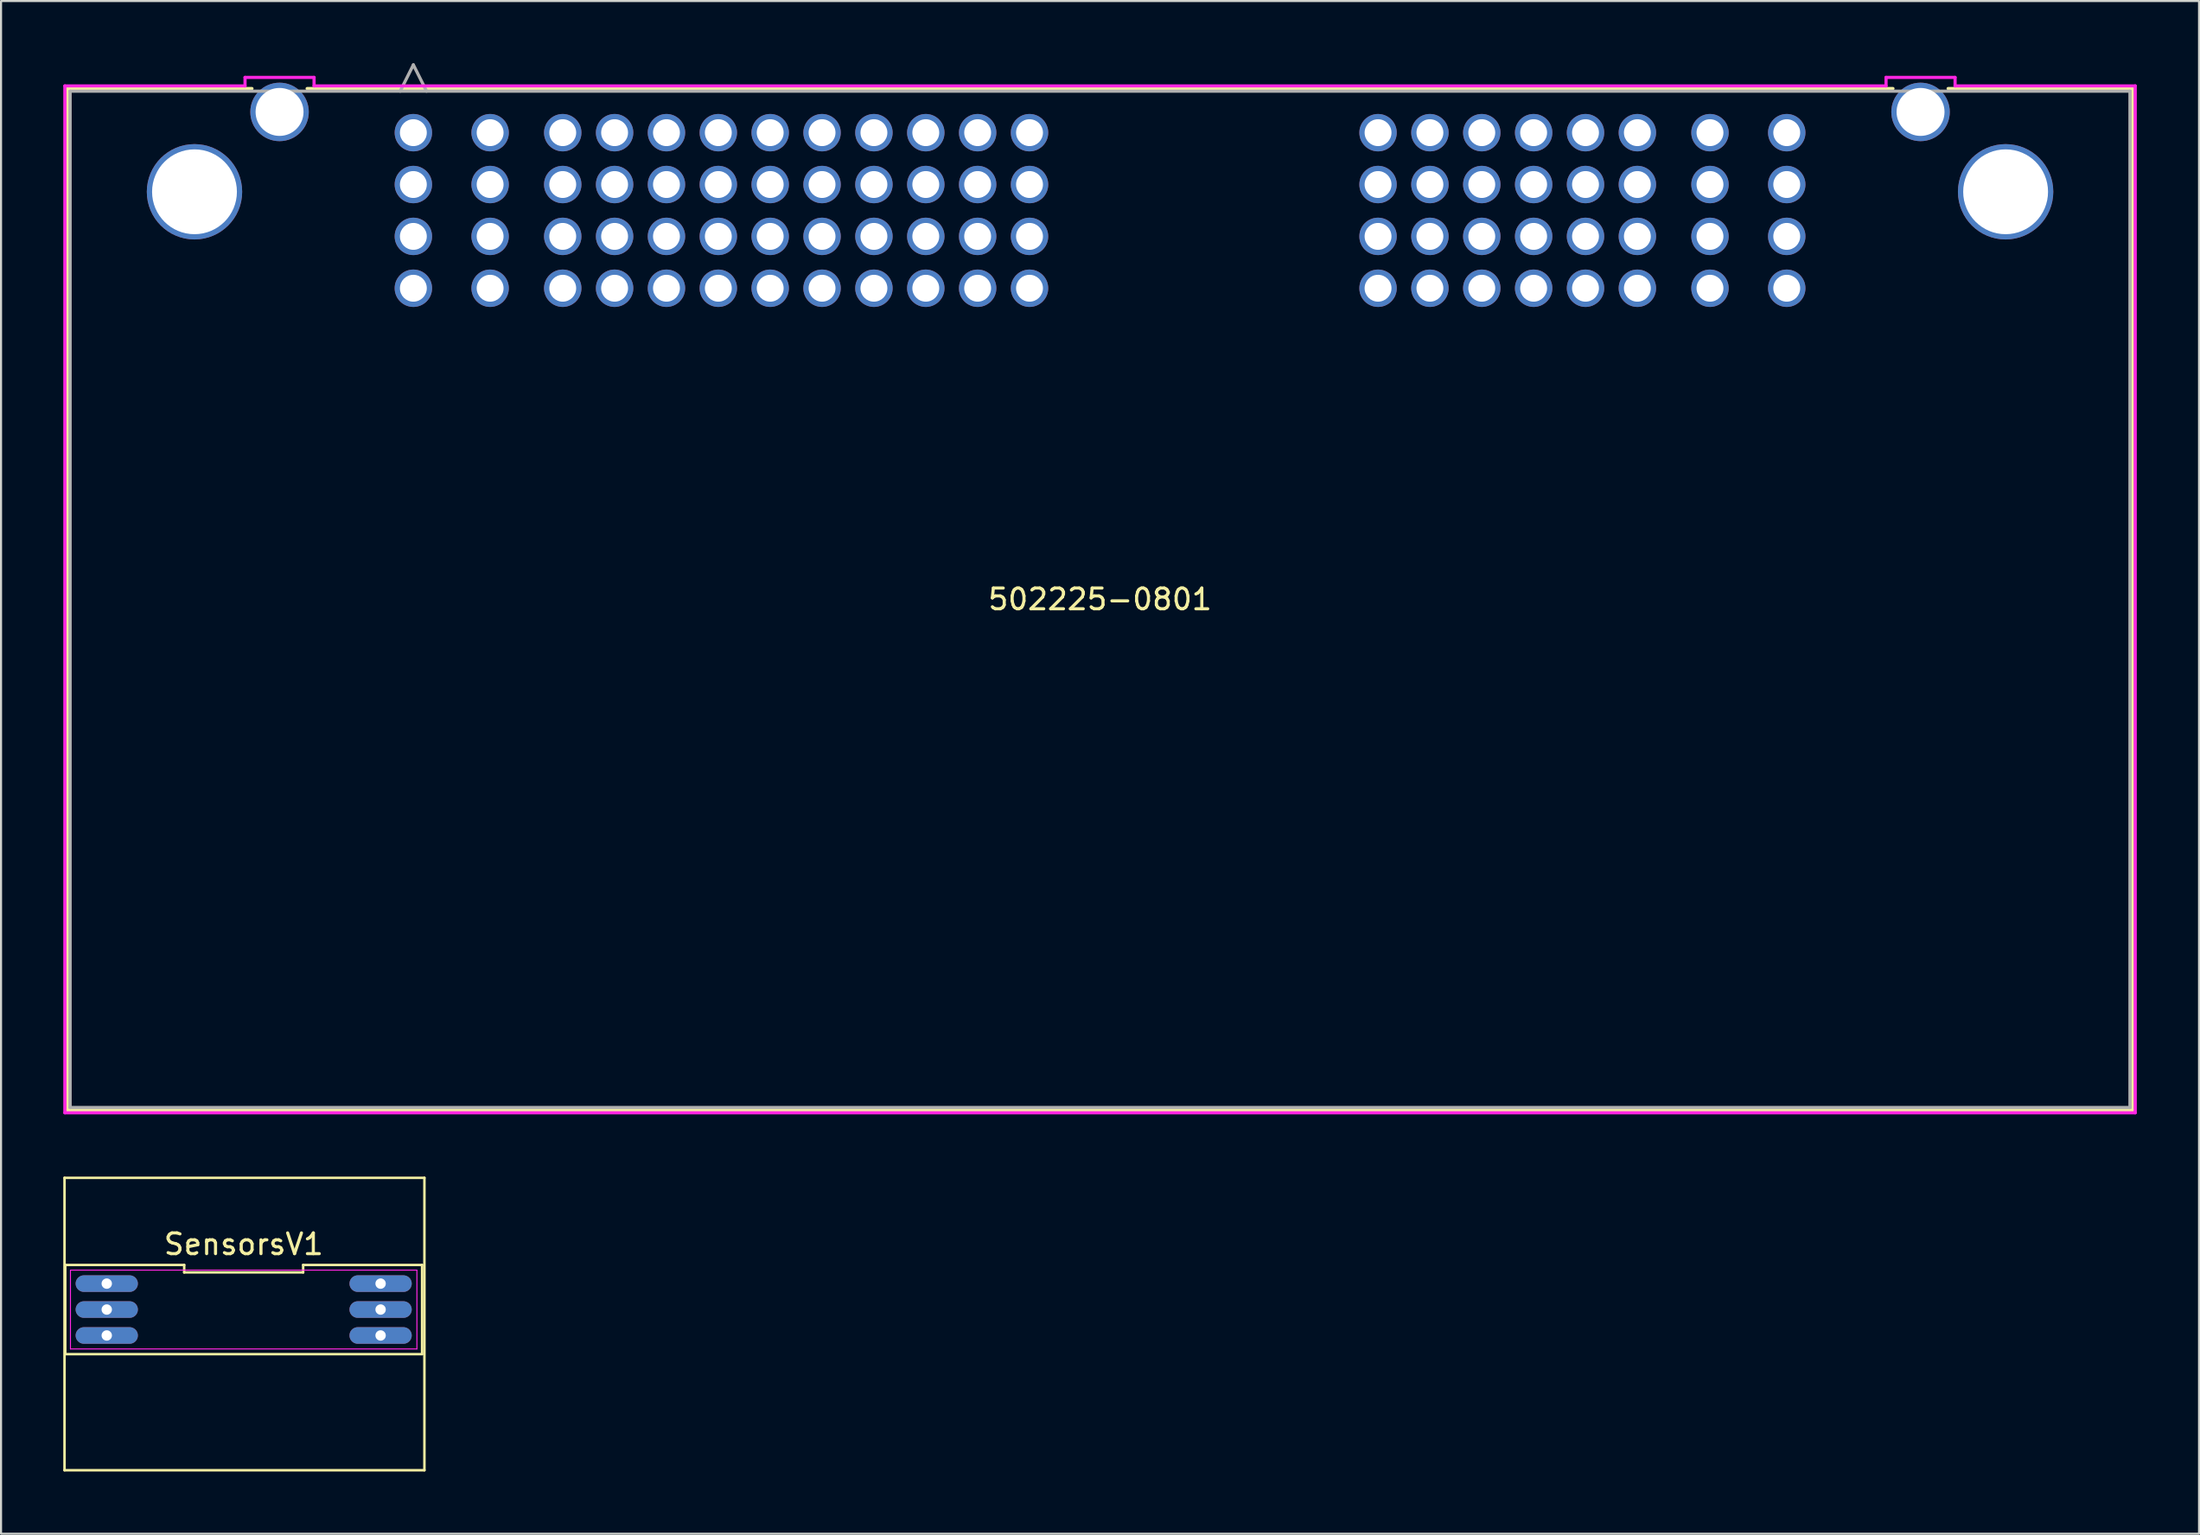
<source format=kicad_pcb>
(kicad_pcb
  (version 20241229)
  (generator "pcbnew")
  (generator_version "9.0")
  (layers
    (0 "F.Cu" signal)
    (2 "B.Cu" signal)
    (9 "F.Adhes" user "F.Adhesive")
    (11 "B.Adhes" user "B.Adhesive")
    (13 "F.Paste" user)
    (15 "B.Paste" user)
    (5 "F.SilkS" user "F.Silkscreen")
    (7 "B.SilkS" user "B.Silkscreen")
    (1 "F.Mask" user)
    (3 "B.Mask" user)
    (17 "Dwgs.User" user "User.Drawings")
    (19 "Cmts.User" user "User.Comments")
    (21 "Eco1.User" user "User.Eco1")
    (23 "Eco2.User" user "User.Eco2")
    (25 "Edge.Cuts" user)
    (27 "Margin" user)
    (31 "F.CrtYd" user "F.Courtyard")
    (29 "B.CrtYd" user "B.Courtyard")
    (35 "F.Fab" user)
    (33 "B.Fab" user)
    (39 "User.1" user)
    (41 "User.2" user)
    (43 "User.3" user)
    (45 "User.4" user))
  (footprint "502225-0801"
    (layer "F.Cu")
    (at 16.875 3.346)
    (property "Reference" "502225-0801" (at 33.1 22.498 0) (layer "F.SilkS") (effects (font (size 1 1) (thickness 0.15))))
    (attr through_hole)
    (fp_line (start -16.671 -2.127) (end -16.671 47.124) (stroke (width 0.152) (type solid)) (layer "F.SilkS"))
    (fp_line (start -16.671 47.124) (end 82.871 47.124) (stroke (width 0.152) (type solid)) (layer "F.SilkS"))
    (fp_line (start -7.779 -2.127) (end -16.671 -2.127) (stroke (width 0.152) (type solid)) (layer "F.SilkS"))
    (fp_line (start 71.321 -2.127) (end -5.121 -2.127) (stroke (width 0.152) (type solid)) (layer "F.SilkS"))
    (fp_line (start 82.871 -2.127) (end 73.979 -2.127) (stroke (width 0.152) (type solid)) (layer "F.SilkS"))
    (fp_line (start 82.871 47.124) (end 82.871 -2.127) (stroke (width 0.152) (type solid)) (layer "F.SilkS"))
    (fp_line (start -16.798 -2.254) (end -16.798 47.251) (stroke (width 0.152) (type solid)) (layer "F.CrtYd"))
    (fp_line (start -16.798 47.251) (end 82.998 47.251) (stroke (width 0.152) (type solid)) (layer "F.CrtYd"))
    (fp_line (start -8.114 -2.664) (end -8.114 -2.254) (stroke (width 0.152) (type solid)) (layer "F.CrtYd"))
    (fp_line (start -8.114 -2.254) (end -16.798 -2.254) (stroke (width 0.152) (type solid)) (layer "F.CrtYd"))
    (fp_line (start -4.786 -2.664) (end -8.114 -2.664) (stroke (width 0.152) (type solid)) (layer "F.CrtYd"))
    (fp_line (start -4.786 -2.254) (end -4.786 -2.664) (stroke (width 0.152) (type solid)) (layer "F.CrtYd"))
    (fp_line (start 70.986 -2.664) (end 70.986 -2.254) (stroke (width 0.152) (type solid)) (layer "F.CrtYd"))
    (fp_line (start 70.986 -2.254) (end -4.786 -2.254) (stroke (width 0.152) (type solid)) (layer "F.CrtYd"))
    (fp_line (start 74.314 -2.664) (end 70.986 -2.664) (stroke (width 0.152) (type solid)) (layer "F.CrtYd"))
    (fp_line (start 74.314 -2.254) (end 74.314 -2.664) (stroke (width 0.152) (type solid)) (layer "F.CrtYd"))
    (fp_line (start 82.998 -2.254) (end 74.314 -2.254) (stroke (width 0.152) (type solid)) (layer "F.CrtYd"))
    (fp_line (start 82.998 47.251) (end 82.998 -2.254) (stroke (width 0.152) (type solid)) (layer "F.CrtYd"))
    (fp_line (start -16.544 -2) (end -16.544 46.997) (stroke (width 0.152) (type solid)) (layer "F.Fab"))
    (fp_line (start -16.544 46.997) (end 82.744 46.997) (stroke (width 0.152) (type solid)) (layer "F.Fab"))
    (fp_line (start -0.635 -2) (end -0.000001 -3.27) (stroke (width 0.152) (type solid)) (layer "F.Fab"))
    (fp_line (start 0.635 -2) (end -0.000001 -3.27) (stroke (width 0.152) (type solid)) (layer "F.Fab"))
    (fp_line (start 82.744 -2) (end -16.544 -2) (stroke (width 0.152) (type solid)) (layer "F.Fab"))
    (fp_line (start 82.744 46.997) (end 82.744 -2) (stroke (width 0.152) (type solid)) (layer "F.Fab"))
    (fp_text user "*" (at 0 0 0) (layer "F.SilkS") (effects (font (size 1 1) (thickness 0.15))))
    (fp_text user "Copyright 2016 Accelerated Designs. All rights reserved." (at 0 0 0) (layer "Cmts.User") (effects (font (size 0.127 0.127) (thickness 0.002))))
    (fp_text user "*" (at 0 0 0) (layer "F.Fab") (effects (font (size 1 1) (thickness 0.15))))
    (pad "1" thru_hole circle (at 0 0) (size 1.803 1.803) (drill 1.295) (layers "*.Cu" "*.Mask"))
    (pad "2" thru_hole circle (at 3.7 0) (size 1.803 1.803) (drill 1.295) (layers "*.Cu" "*.Mask"))
    (pad "3" thru_hole circle (at 7.2 0) (size 1.803 1.803) (drill 1.295) (layers "*.Cu" "*.Mask"))
    (pad "4" thru_hole circle (at 9.7 0) (size 1.803 1.803) (drill 1.295) (layers "*.Cu" "*.Mask"))
    (pad "5" thru_hole circle (at 12.2 0) (size 1.803 1.803) (drill 1.295) (layers "*.Cu" "*.Mask"))
    (pad "6" thru_hole circle (at 14.7 0) (size 1.803 1.803) (drill 1.295) (layers "*.Cu" "*.Mask"))
    (pad "7" thru_hole circle (at 17.2 0) (size 1.803 1.803) (drill 1.295) (layers "*.Cu" "*.Mask"))
    (pad "8" thru_hole circle (at 19.7 0) (size 1.803 1.803) (drill 1.295) (layers "*.Cu" "*.Mask"))
    (pad "9" thru_hole circle (at 22.2 0) (size 1.803 1.803) (drill 1.295) (layers "*.Cu" "*.Mask"))
    (pad "10" thru_hole circle (at 24.7 0) (size 1.803 1.803) (drill 1.295) (layers "*.Cu" "*.Mask"))
    (pad "11" thru_hole circle (at 27.2 0) (size 1.803 1.803) (drill 1.295) (layers "*.Cu" "*.Mask"))
    (pad "12" thru_hole circle (at 29.7 0) (size 1.803 1.803) (drill 1.295) (layers "*.Cu" "*.Mask"))
    (pad "13" thru_hole circle (at 46.5 0) (size 1.803 1.803) (drill 1.295) (layers "*.Cu" "*.Mask"))
    (pad "14" thru_hole circle (at 49 0) (size 1.803 1.803) (drill 1.295) (layers "*.Cu" "*.Mask"))
    (pad "15" thru_hole circle (at 51.5 0) (size 1.803 1.803) (drill 1.295) (layers "*.Cu" "*.Mask"))
    (pad "16" thru_hole circle (at 54 0) (size 1.803 1.803) (drill 1.295) (layers "*.Cu" "*.Mask"))
    (pad "17" thru_hole circle (at 56.5 0) (size 1.803 1.803) (drill 1.295) (layers "*.Cu" "*.Mask"))
    (pad "18" thru_hole circle (at 59 0) (size 1.803 1.803) (drill 1.295) (layers "*.Cu" "*.Mask"))
    (pad "19" thru_hole circle (at 62.5 0) (size 1.803 1.803) (drill 1.295) (layers "*.Cu" "*.Mask"))
    (pad "20" thru_hole circle (at 66.2 0) (size 1.803 1.803) (drill 1.295) (layers "*.Cu" "*.Mask"))
    (pad "21" thru_hole circle (at 0 2.5) (size 1.803 1.803) (drill 1.295) (layers "*.Cu" "*.Mask"))
    (pad "22" thru_hole circle (at 3.7 2.5) (size 1.803 1.803) (drill 1.295) (layers "*.Cu" "*.Mask"))
    (pad "23" thru_hole circle (at 7.2 2.5) (size 1.803 1.803) (drill 1.295) (layers "*.Cu" "*.Mask"))
    (pad "24" thru_hole circle (at 9.7 2.5) (size 1.803 1.803) (drill 1.295) (layers "*.Cu" "*.Mask"))
    (pad "25" thru_hole circle (at 12.2 2.5) (size 1.803 1.803) (drill 1.295) (layers "*.Cu" "*.Mask"))
    (pad "26" thru_hole circle (at 14.7 2.5) (size 1.803 1.803) (drill 1.295) (layers "*.Cu" "*.Mask"))
    (pad "27" thru_hole circle (at 17.2 2.5) (size 1.803 1.803) (drill 1.295) (layers "*.Cu" "*.Mask"))
    (pad "28" thru_hole circle (at 19.7 2.5) (size 1.803 1.803) (drill 1.295) (layers "*.Cu" "*.Mask"))
    (pad "29" thru_hole circle (at 22.2 2.5) (size 1.803 1.803) (drill 1.295) (layers "*.Cu" "*.Mask"))
    (pad "30" thru_hole circle (at 24.7 2.5) (size 1.803 1.803) (drill 1.295) (layers "*.Cu" "*.Mask"))
    (pad "31" thru_hole circle (at 27.2 2.5) (size 1.803 1.803) (drill 1.295) (layers "*.Cu" "*.Mask"))
    (pad "32" thru_hole circle (at 29.7 2.5) (size 1.803 1.803) (drill 1.295) (layers "*.Cu" "*.Mask"))
    (pad "33" thru_hole circle (at 46.5 2.5) (size 1.803 1.803) (drill 1.295) (layers "*.Cu" "*.Mask"))
    (pad "34" thru_hole circle (at 49 2.5) (size 1.803 1.803) (drill 1.295) (layers "*.Cu" "*.Mask"))
    (pad "35" thru_hole circle (at 51.5 2.5) (size 1.803 1.803) (drill 1.295) (layers "*.Cu" "*.Mask"))
    (pad "36" thru_hole circle (at 54 2.5) (size 1.803 1.803) (drill 1.295) (layers "*.Cu" "*.Mask"))
    (pad "37" thru_hole circle (at 56.5 2.5) (size 1.803 1.803) (drill 1.295) (layers "*.Cu" "*.Mask"))
    (pad "38" thru_hole circle (at 59 2.5) (size 1.803 1.803) (drill 1.295) (layers "*.Cu" "*.Mask"))
    (pad "39" thru_hole circle (at 62.5 2.5) (size 1.803 1.803) (drill 1.295) (layers "*.Cu" "*.Mask"))
    (pad "40" thru_hole circle (at 66.2 2.5) (size 1.803 1.803) (drill 1.295) (layers "*.Cu" "*.Mask"))
    (pad "41" thru_hole circle (at 0 5) (size 1.803 1.803) (drill 1.295) (layers "*.Cu" "*.Mask"))
    (pad "42" thru_hole circle (at 3.7 5) (size 1.803 1.803) (drill 1.295) (layers "*.Cu" "*.Mask"))
    (pad "43" thru_hole circle (at 7.2 5) (size 1.803 1.803) (drill 1.295) (layers "*.Cu" "*.Mask"))
    (pad "44" thru_hole circle (at 9.7 5) (size 1.803 1.803) (drill 1.295) (layers "*.Cu" "*.Mask"))
    (pad "45" thru_hole circle (at 12.2 5) (size 1.803 1.803) (drill 1.295) (layers "*.Cu" "*.Mask"))
    (pad "46" thru_hole circle (at 14.7 5) (size 1.803 1.803) (drill 1.295) (layers "*.Cu" "*.Mask"))
    (pad "47" thru_hole circle (at 17.2 5) (size 1.803 1.803) (drill 1.295) (layers "*.Cu" "*.Mask"))
    (pad "48" thru_hole circle (at 19.7 5) (size 1.803 1.803) (drill 1.295) (layers "*.Cu" "*.Mask"))
    (pad "49" thru_hole circle (at 22.2 5) (size 1.803 1.803) (drill 1.295) (layers "*.Cu" "*.Mask"))
    (pad "50" thru_hole circle (at 24.7 5) (size 1.803 1.803) (drill 1.295) (layers "*.Cu" "*.Mask"))
    (pad "51" thru_hole circle (at 27.2 5) (size 1.803 1.803) (drill 1.295) (layers "*.Cu" "*.Mask"))
    (pad "52" thru_hole circle (at 29.7 5) (size 1.803 1.803) (drill 1.295) (layers "*.Cu" "*.Mask"))
    (pad "53" thru_hole circle (at 46.5 5) (size 1.803 1.803) (drill 1.295) (layers "*.Cu" "*.Mask"))
    (pad "54" thru_hole circle (at 49 5) (size 1.803 1.803) (drill 1.295) (layers "*.Cu" "*.Mask"))
    (pad "55" thru_hole circle (at 51.5 5) (size 1.803 1.803) (drill 1.295) (layers "*.Cu" "*.Mask"))
    (pad "56" thru_hole circle (at 54 5) (size 1.803 1.803) (drill 1.295) (layers "*.Cu" "*.Mask"))
    (pad "57" thru_hole circle (at 56.5 5) (size 1.803 1.803) (drill 1.295) (layers "*.Cu" "*.Mask"))
    (pad "58" thru_hole circle (at 59 5) (size 1.803 1.803) (drill 1.295) (layers "*.Cu" "*.Mask"))
    (pad "59" thru_hole circle (at 62.5 5) (size 1.803 1.803) (drill 1.295) (layers "*.Cu" "*.Mask"))
    (pad "60" thru_hole circle (at 66.2 5) (size 1.803 1.803) (drill 1.295) (layers "*.Cu" "*.Mask"))
    (pad "61" thru_hole circle (at 0 7.5) (size 1.803 1.803) (drill 1.295) (layers "*.Cu" "*.Mask"))
    (pad "62" thru_hole circle (at 3.7 7.5) (size 1.803 1.803) (drill 1.295) (layers "*.Cu" "*.Mask"))
    (pad "63" thru_hole circle (at 7.2 7.5) (size 1.803 1.803) (drill 1.295) (layers "*.Cu" "*.Mask"))
    (pad "64" thru_hole circle (at 9.7 7.5) (size 1.803 1.803) (drill 1.295) (layers "*.Cu" "*.Mask"))
    (pad "65" thru_hole circle (at 12.2 7.5) (size 1.803 1.803) (drill 1.295) (layers "*.Cu" "*.Mask"))
    (pad "66" thru_hole circle (at 14.7 7.5) (size 1.803 1.803) (drill 1.295) (layers "*.Cu" "*.Mask"))
    (pad "67" thru_hole circle (at 17.2 7.5) (size 1.803 1.803) (drill 1.295) (layers "*.Cu" "*.Mask"))
    (pad "68" thru_hole circle (at 19.7 7.5) (size 1.803 1.803) (drill 1.295) (layers "*.Cu" "*.Mask"))
    (pad "69" thru_hole circle (at 22.2 7.5) (size 1.803 1.803) (drill 1.295) (layers "*.Cu" "*.Mask"))
    (pad "70" thru_hole circle (at 24.7 7.5) (size 1.803 1.803) (drill 1.295) (layers "*.Cu" "*.Mask"))
    (pad "71" thru_hole circle (at 27.2 7.5) (size 1.803 1.803) (drill 1.295) (layers "*.Cu" "*.Mask"))
    (pad "72" thru_hole circle (at 29.7 7.5) (size 1.803 1.803) (drill 1.295) (layers "*.Cu" "*.Mask"))
    (pad "73" thru_hole circle (at 46.5 7.5) (size 1.803 1.803) (drill 1.295) (layers "*.Cu" "*.Mask"))
    (pad "74" thru_hole circle (at 49 7.5) (size 1.803 1.803) (drill 1.295) (layers "*.Cu" "*.Mask"))
    (pad "75" thru_hole circle (at 51.5 7.5) (size 1.803 1.803) (drill 1.295) (layers "*.Cu" "*.Mask"))
    (pad "76" thru_hole circle (at 54 7.5) (size 1.803 1.803) (drill 1.295) (layers "*.Cu" "*.Mask"))
    (pad "77" thru_hole circle (at 56.5 7.5) (size 1.803 1.803) (drill 1.295) (layers "*.Cu" "*.Mask"))
    (pad "78" thru_hole circle (at 59 7.5) (size 1.803 1.803) (drill 1.295) (layers "*.Cu" "*.Mask"))
    (pad "79" thru_hole circle (at 62.5 7.5) (size 1.803 1.803) (drill 1.295) (layers "*.Cu" "*.Mask"))
    (pad "80" thru_hole circle (at 66.2 7.5) (size 1.803 1.803) (drill 1.295) (layers "*.Cu" "*.Mask"))
    (pad "81" thru_hole circle (at -6.45 -1) (size 2.819 2.819) (drill 2.311) (layers "*.Cu" "*.Mask"))
    (pad "82" thru_hole circle (at 72.65 -1) (size 2.819 2.819) (drill 2.311) (layers "*.Cu" "*.Mask"))
    (pad "83" thru_hole circle (at -10.55 2.85) (size 4.597 4.597) (drill 4.089) (layers "*.Cu" "*.Mask"))
    (pad "84" thru_hole circle (at 76.75 2.85) (size 4.597 4.597) (drill 4.089) (layers "*.Cu" "*.Mask")))
  (footprint "SensorsV1"
    (layer "F.Cu")
    (at 8.696 60.083)
    (property "Reference" "SensorsV1" (at 0 -3.15 0) (layer "F.SilkS") (effects (font (size 1 1) (thickness 0.15))))
    (attr through_hole)
    (fp_line (start -8.636 -6.35) (end -8.636 7.747) (stroke (width 0.12) (type solid)) (layer "F.SilkS"))
    (fp_line (start -8.636 -6.35) (end 8.712 -6.35) (stroke (width 0.12) (type solid)) (layer "F.SilkS"))
    (fp_line (start -8.636 7.747) (end 8.712 7.747) (stroke (width 0.12) (type solid)) (layer "F.SilkS"))
    (fp_line (start -8.6 -2.15) (end -8.6 2.15) (stroke (width 0.12) (type solid)) (layer "F.SilkS"))
    (fp_line (start -8.6 2.15) (end 8.6 2.15) (stroke (width 0.12) (type solid)) (layer "F.SilkS"))
    (fp_line (start -2.867 -2.15) (end -8.6 -2.15) (stroke (width 0.12) (type solid)) (layer "F.SilkS"))
    (fp_line (start -2.867 -1.79) (end -2.867 -2.15) (stroke (width 0.12) (type solid)) (layer "F.SilkS"))
    (fp_line (start 2.867 -2.15) (end 2.867 -1.79) (stroke (width 0.12) (type solid)) (layer "F.SilkS"))
    (fp_line (start 2.867 -1.79) (end -2.867 -1.79) (stroke (width 0.12) (type solid)) (layer "F.SilkS"))
    (fp_line (start 8.6 -2.15) (end 2.867 -2.15) (stroke (width 0.12) (type solid)) (layer "F.SilkS"))
    (fp_line (start 8.6 2.15) (end 8.6 -2.15) (stroke (width 0.12) (type solid)) (layer "F.SilkS"))
    (fp_line (start 8.712 -6.35) (end 8.712 7.747) (stroke (width 0.12) (type solid)) (layer "F.SilkS"))
    (fp_line (start -8.35 -1.9) (end 8.35 -1.9) (stroke (width 0.05) (type solid)) (layer "F.CrtYd"))
    (fp_line (start -8.35 1.9) (end -8.35 -1.9) (stroke (width 0.05) (type solid)) (layer "F.CrtYd"))
    (fp_line (start 8.35 -1.9) (end 8.35 1.9) (stroke (width 0.05) (type solid)) (layer "F.CrtYd"))
    (fp_line (start 8.35 1.9) (end -8.35 1.9) (stroke (width 0.05) (type solid)) (layer "F.CrtYd"))
    (pad "1" thru_hole oval (at -6.6 -1.25 270) (size 0.8 3) (drill 0.5) (layers "*.Cu" "*.Mask"))
    (pad "2" thru_hole oval (at -6.6 0 270) (size 0.8 3) (drill 0.5) (layers "*.Cu" "*.Mask"))
    (pad "3" thru_hole oval (at -6.6 1.25 270) (size 0.8 3) (drill 0.5) (layers "*.Cu" "*.Mask"))
    (pad "4" thru_hole oval (at 6.6 1.25 270) (size 0.8 3) (drill 0.5) (layers "*.Cu" "*.Mask"))
    (pad "5" thru_hole oval (at 6.6 0 270) (size 0.8 3) (drill 0.5) (layers "*.Cu" "*.Mask"))
    (pad "6" thru_hole oval (at 6.6 -1.25 270) (size 0.8 3) (drill 0.5) (layers "*.Cu" "*.Mask")))
  (gr_rect
    (start -3 -3)
    (end 102.949 70.89)
    (stroke (width 0.1) (type default))
    (fill no)
    (layer "Edge.Cuts")))
</source>
